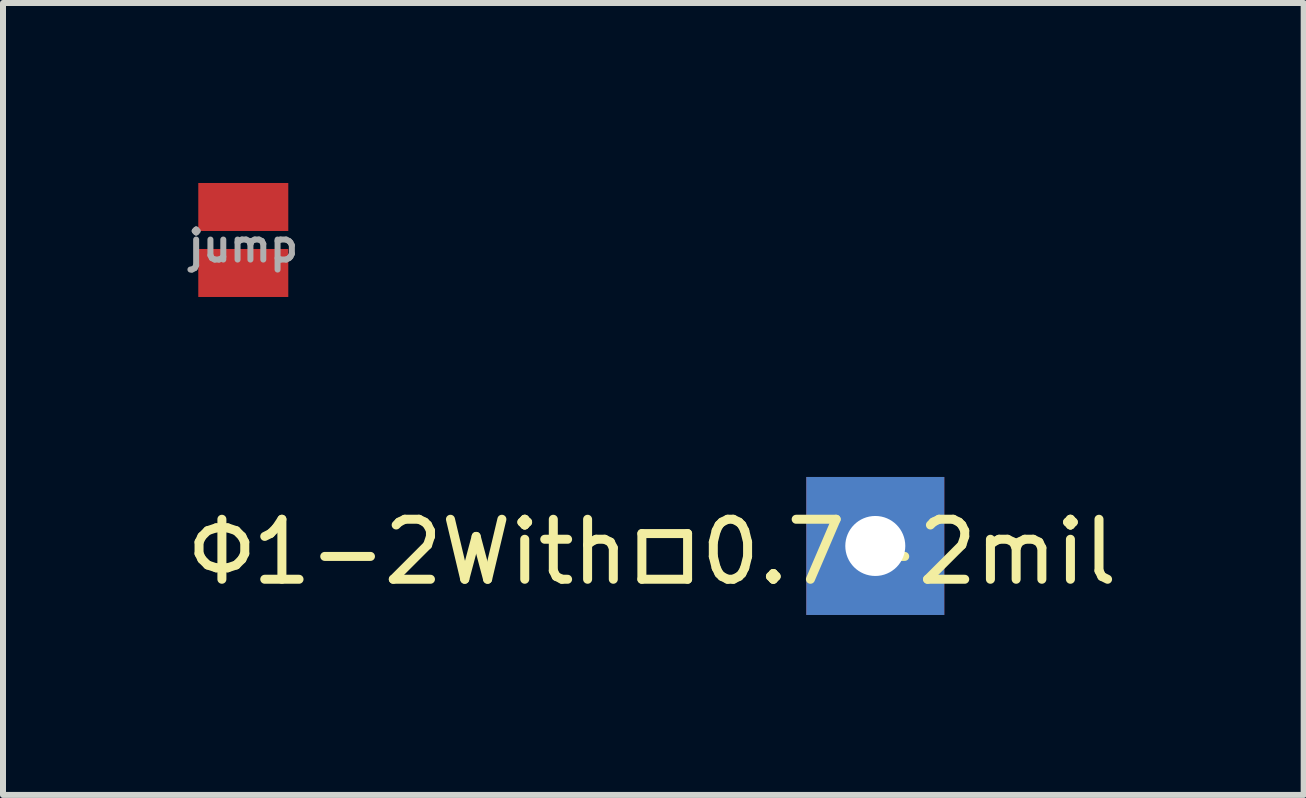
<source format=kicad_pcb>
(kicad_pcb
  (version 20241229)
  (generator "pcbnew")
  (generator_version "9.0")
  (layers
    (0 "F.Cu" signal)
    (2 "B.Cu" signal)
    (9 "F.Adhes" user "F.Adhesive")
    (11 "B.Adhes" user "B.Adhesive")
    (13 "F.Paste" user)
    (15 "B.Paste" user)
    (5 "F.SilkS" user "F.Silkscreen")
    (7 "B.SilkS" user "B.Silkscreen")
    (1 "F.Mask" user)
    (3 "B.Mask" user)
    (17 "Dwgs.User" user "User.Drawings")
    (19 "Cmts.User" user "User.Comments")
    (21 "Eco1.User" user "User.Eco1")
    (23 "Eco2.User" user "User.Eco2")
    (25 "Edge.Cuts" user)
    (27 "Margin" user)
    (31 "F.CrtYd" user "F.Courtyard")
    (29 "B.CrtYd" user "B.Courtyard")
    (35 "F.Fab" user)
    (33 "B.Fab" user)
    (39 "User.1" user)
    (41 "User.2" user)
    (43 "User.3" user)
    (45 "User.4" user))
  (footprint "jump"
    (placed yes)
    (layer "F.Cu")
    (at 1.005 0.95)
    (property "Reference" "jump" (at 0 0.1 0) (layer "F.Fab") (effects (font (size 0.5 0.5) (thickness 0.1))))
    (attr through_hole)
    (pad "1" smd rect (at 0 -0.55) (size 1.5 0.8) (layers "F.Cu" "F.Mask" "F.Paste"))
    (pad "2" smd rect (at 0 0.55) (size 1.5 0.8) (layers "F.Cu" "F.Mask" "F.Paste")))
  (footprint "Φ1-2With□0.7-2mil"
    (layer "F.Cu")
    (at 11.539 6.05)
    (property "Reference" "Φ1-2With□0.7-2mil" (at -3.7 0.1 0) (layer "F.SilkS") (effects (font (size 1 1) (thickness 0.15))))
    (attr through_hole)
    (pad "2" smd circle (at 0 0) (size 2 2) (layers "B.Cu" "B.Mask"))
    (pad "3" thru_hole rect (at 0 0) (size 2.3 2.3) (drill 1) (layers "F.Cu" "F.Mask")))
  (gr_rect
    (start -3 -3)
    (end 18.679 10.2)
    (stroke (width 0.1) (type default))
    (fill no)
    (layer "Edge.Cuts")))
</source>
